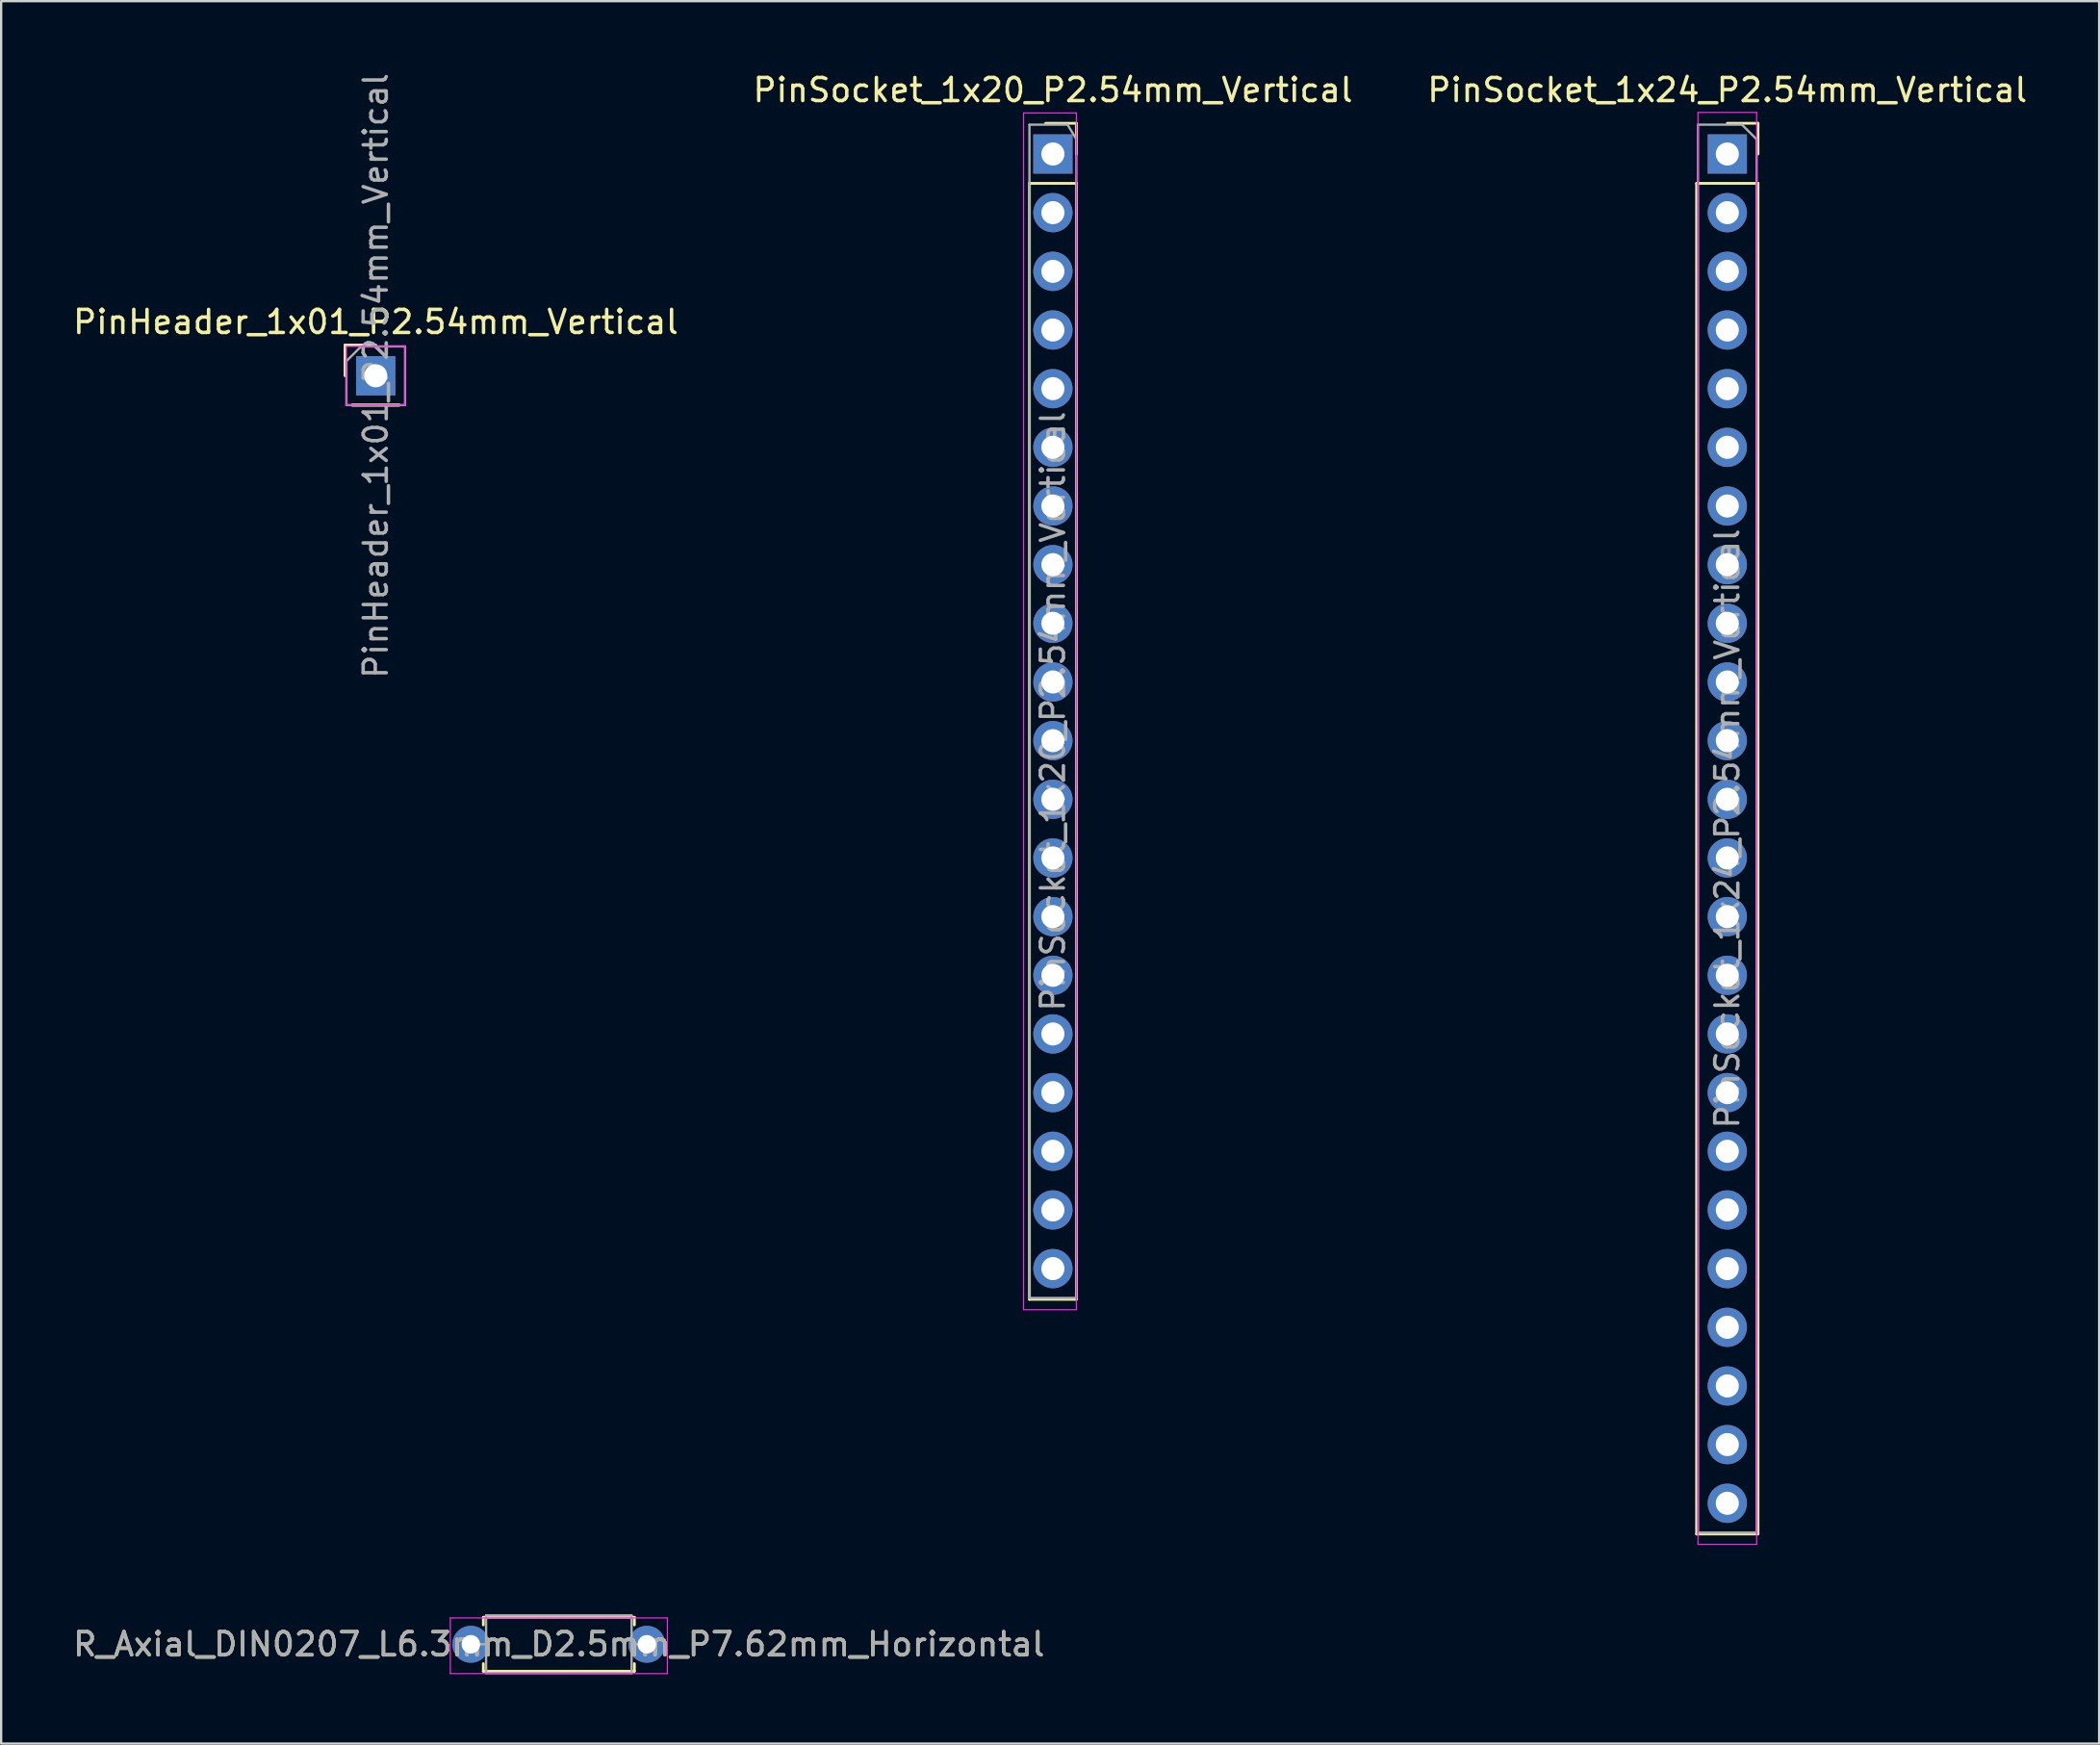
<source format=kicad_pcb>
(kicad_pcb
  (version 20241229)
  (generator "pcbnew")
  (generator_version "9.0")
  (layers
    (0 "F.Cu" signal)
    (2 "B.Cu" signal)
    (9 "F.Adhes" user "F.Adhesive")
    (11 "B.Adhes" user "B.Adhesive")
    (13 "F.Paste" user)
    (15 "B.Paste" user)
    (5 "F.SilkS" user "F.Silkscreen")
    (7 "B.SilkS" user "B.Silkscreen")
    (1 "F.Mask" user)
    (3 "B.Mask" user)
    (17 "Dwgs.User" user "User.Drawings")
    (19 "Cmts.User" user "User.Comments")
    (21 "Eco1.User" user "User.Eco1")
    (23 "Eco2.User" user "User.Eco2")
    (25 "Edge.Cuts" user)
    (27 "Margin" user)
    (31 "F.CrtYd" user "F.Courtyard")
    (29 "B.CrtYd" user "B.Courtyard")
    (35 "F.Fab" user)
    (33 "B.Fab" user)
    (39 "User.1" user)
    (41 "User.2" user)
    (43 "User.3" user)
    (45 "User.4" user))
  (footprint "R_Axial_DIN0207_L6.3mm_D2.5mm_P7.62mm_Horizontal"
    (layer "F.Cu")
    (at 17.339 68.143)
    (property "Reference" "R_Axial_DIN0207_L6.3mm_D2.5mm_P7.62mm_Horizontal" (at 3.81 0 0) (layer "F.SilkS") (effects (font (size 1 1) (thickness 0.15))))
    (attr through_hole)
    (fp_line (start 0.54 -1.168) (end 7.08 -1.168) (stroke (width 0.12) (type solid)) (layer "F.SilkS"))
    (fp_line (start 0.54 -0.838) (end 0.54 -1.168) (stroke (width 0.12) (type solid)) (layer "F.SilkS"))
    (fp_line (start 0.54 0.838) (end 0.54 1.168) (stroke (width 0.12) (type solid)) (layer "F.SilkS"))
    (fp_line (start 0.54 1.168) (end 7.08 1.168) (stroke (width 0.12) (type solid)) (layer "F.SilkS"))
    (fp_line (start 7.08 -1.168) (end 7.08 -0.838) (stroke (width 0.12) (type solid)) (layer "F.SilkS"))
    (fp_line (start 7.08 1.168) (end 7.08 0.838) (stroke (width 0.12) (type solid)) (layer "F.SilkS"))
    (fp_line (start -0.889 -1.143) (end -0.889 1.27) (stroke (width 0.05) (type solid)) (layer "F.CrtYd"))
    (fp_line (start -0.889 1.27) (end 8.509 1.27) (stroke (width 0.05) (type solid)) (layer "F.CrtYd"))
    (fp_line (start 8.509 -1.143) (end -0.889 -1.143) (stroke (width 0.05) (type solid)) (layer "F.CrtYd"))
    (fp_line (start 8.509 1.27) (end 8.509 -1.143) (stroke (width 0.05) (type solid)) (layer "F.CrtYd"))
    (fp_line (start 0 0) (end 0.66 0) (stroke (width 0.1) (type solid)) (layer "F.Fab"))
    (fp_line (start 0.66 -1.25) (end 0.66 1.25) (stroke (width 0.1) (type solid)) (layer "F.Fab"))
    (fp_line (start 0.66 1.25) (end 6.96 1.25) (stroke (width 0.1) (type solid)) (layer "F.Fab"))
    (fp_line (start 6.96 -1.25) (end 0.66 -1.25) (stroke (width 0.1) (type solid)) (layer "F.Fab"))
    (fp_line (start 6.96 1.25) (end 6.96 -1.25) (stroke (width 0.1) (type solid)) (layer "F.Fab"))
    (fp_line (start 7.62 0) (end 6.96 0) (stroke (width 0.1) (type solid)) (layer "F.Fab"))
    (fp_text user "${REFERENCE}" (at 3.81 0 0) (layer "F.Fab") (effects (font (size 1 1) (thickness 0.15))))
    (pad "1" thru_hole circle (at 0 0) (size 1.6 1.6) (drill 0.8) (layers "*.Cu" "*.Mask"))
    (pad "2" thru_hole oval (at 7.62 0) (size 1.6 1.6) (drill 0.8) (layers "*.Cu" "*.Mask")))
  (footprint "PinHeader_1x01_P2.54mm_Vertical"
    (layer "F.Cu")
    (at 13.22 13.22)
    (property "Reference" "PinHeader_1x01_P2.54mm_Vertical" (at 0 -2.33 0) (layer "F.SilkS") (effects (font (size 1 1) (thickness 0.15))))
    (attr through_hole)
    (fp_line (start -1.33 -1.33) (end 0 -1.33) (stroke (width 0.12) (type solid)) (layer "F.SilkS"))
    (fp_line (start -1.33 0) (end -1.33 -1.33) (stroke (width 0.12) (type solid)) (layer "F.SilkS"))
    (fp_line (start -1.016 1.27) (end 1.016 1.27) (stroke (width 0.12) (type solid)) (layer "F.SilkS"))
    (fp_line (start -1.016 1.27) (end 1.016 1.27) (stroke (width 0.12) (type solid)) (layer "F.SilkS"))
    (fp_line (start -1.27 -1.27) (end -1.27 1.27) (stroke (width 0.05) (type solid)) (layer "F.CrtYd"))
    (fp_line (start -1.27 1.27) (end 1.27 1.27) (stroke (width 0.05) (type solid)) (layer "F.CrtYd"))
    (fp_line (start 1.27 -1.27) (end -1.27 -1.27) (stroke (width 0.05) (type solid)) (layer "F.CrtYd"))
    (fp_line (start 1.27 1.27) (end 1.27 -1.27) (stroke (width 0.05) (type solid)) (layer "F.CrtYd"))
    (fp_line (start -1.27 -0.635) (end -0.635 -1.27) (stroke (width 0.1) (type solid)) (layer "F.Fab"))
    (fp_line (start -1.27 1.27) (end -1.27 -0.635) (stroke (width 0.1) (type solid)) (layer "F.Fab"))
    (fp_line (start -0.635 -1.27) (end 1.27 -1.27) (stroke (width 0.1) (type solid)) (layer "F.Fab"))
    (fp_line (start 1.27 -1.27) (end 1.27 1.27) (stroke (width 0.1) (type solid)) (layer "F.Fab"))
    (fp_line (start 1.27 1.27) (end -1.27 1.27) (stroke (width 0.1) (type solid)) (layer "F.Fab"))
    (fp_text user "${REFERENCE}" (at 0 0 90) (layer "F.Fab") (effects (font (size 1 1) (thickness 0.15))))
    (pad "1" thru_hole rect (at 0 0) (size 1.7 1.7) (drill 1) (layers "*.Cu" "*.Mask")))
  (footprint "PinSocket_1x20_P2.54mm_Vertical"
    (layer "F.Cu")
    (at 42.542 3.618)
    (property "Reference" "PinSocket_1x20_P2.54mm_Vertical" (at 0 -2.77 0) (layer "F.SilkS") (effects (font (size 1 1) (thickness 0.15))))
    (attr through_hole)
    (fp_line (start -1.016 1.27) (end -1.016 49.59) (stroke (width 0.12) (type solid)) (layer "F.SilkS"))
    (fp_line (start -1.016 1.27) (end 1.016 1.27) (stroke (width 0.12) (type solid)) (layer "F.SilkS"))
    (fp_line (start -1.016 49.59) (end 1.016 49.59) (stroke (width 0.12) (type solid)) (layer "F.SilkS"))
    (fp_line (start -0.314 -1.33) (end 1.016 -1.33) (stroke (width 0.12) (type solid)) (layer "F.SilkS"))
    (fp_line (start 1.016 -1.33) (end 1.016 0) (stroke (width 0.12) (type solid)) (layer "F.SilkS"))
    (fp_line (start 1.016 1.27) (end 1.016 49.59) (stroke (width 0.12) (type solid)) (layer "F.SilkS"))
    (fp_line (start -1.27 -1.778) (end 1.016 -1.778) (stroke (width 0.05) (type solid)) (layer "F.CrtYd"))
    (fp_line (start -1.27 50.038) (end -1.27 -1.778) (stroke (width 0.05) (type solid)) (layer "F.CrtYd"))
    (fp_line (start 1.016 -1.778) (end 1.016 50.038) (stroke (width 0.05) (type solid)) (layer "F.CrtYd"))
    (fp_line (start 1.016 50.038) (end -1.27 50.038) (stroke (width 0.05) (type solid)) (layer "F.CrtYd"))
    (fp_line (start -1.016 -1.27) (end 0.635 -1.27) (stroke (width 0.1) (type solid)) (layer "F.Fab"))
    (fp_line (start -1.016 49.53) (end -1.016 -1.27) (stroke (width 0.1) (type solid)) (layer "F.Fab"))
    (fp_line (start 0.635 -1.27) (end 1.016 -0.635) (stroke (width 0.1) (type solid)) (layer "F.Fab"))
    (fp_line (start 1.016 -0.635) (end 1.016 49.53) (stroke (width 0.1) (type solid)) (layer "F.Fab"))
    (fp_line (start 1.016 49.53) (end -1.016 49.53) (stroke (width 0.1) (type solid)) (layer "F.Fab"))
    (fp_text user "${REFERENCE}" (at 0 24.13 90) (layer "F.Fab") (effects (font (size 1 1) (thickness 0.15))))
    (pad "1" thru_hole rect (at 0 0) (size 1.7 1.7) (drill 1) (layers "*.Cu" "*.Mask"))
    (pad "2" thru_hole oval (at 0 2.54) (size 1.7 1.7) (drill 1) (layers "*.Cu" "*.Mask"))
    (pad "3" thru_hole oval (at 0 5.08) (size 1.7 1.7) (drill 1) (layers "*.Cu" "*.Mask"))
    (pad "4" thru_hole oval (at 0 7.62) (size 1.7 1.7) (drill 1) (layers "*.Cu" "*.Mask"))
    (pad "5" thru_hole oval (at 0 10.16) (size 1.7 1.7) (drill 1) (layers "*.Cu" "*.Mask"))
    (pad "6" thru_hole oval (at 0 12.7) (size 1.7 1.7) (drill 1) (layers "*.Cu" "*.Mask"))
    (pad "7" thru_hole oval (at 0 15.24) (size 1.7 1.7) (drill 1) (layers "*.Cu" "*.Mask"))
    (pad "8" thru_hole oval (at 0 17.78) (size 1.7 1.7) (drill 1) (layers "*.Cu" "*.Mask"))
    (pad "9" thru_hole oval (at 0 20.32) (size 1.7 1.7) (drill 1) (layers "*.Cu" "*.Mask"))
    (pad "10" thru_hole oval (at 0 22.86) (size 1.7 1.7) (drill 1) (layers "*.Cu" "*.Mask"))
    (pad "11" thru_hole oval (at 0 25.4) (size 1.7 1.7) (drill 1) (layers "*.Cu" "*.Mask"))
    (pad "12" thru_hole oval (at 0 27.94) (size 1.7 1.7) (drill 1) (layers "*.Cu" "*.Mask"))
    (pad "13" thru_hole oval (at 0 30.48) (size 1.7 1.7) (drill 1) (layers "*.Cu" "*.Mask"))
    (pad "14" thru_hole oval (at 0 33.02) (size 1.7 1.7) (drill 1) (layers "*.Cu" "*.Mask"))
    (pad "15" thru_hole oval (at 0 35.56) (size 1.7 1.7) (drill 1) (layers "*.Cu" "*.Mask"))
    (pad "16" thru_hole oval (at 0 38.1) (size 1.7 1.7) (drill 1) (layers "*.Cu" "*.Mask"))
    (pad "17" thru_hole oval (at 0 40.64) (size 1.7 1.7) (drill 1) (layers "*.Cu" "*.Mask"))
    (pad "18" thru_hole oval (at 0 43.18) (size 1.7 1.7) (drill 1) (layers "*.Cu" "*.Mask"))
    (pad "19" thru_hole oval (at 0 45.72) (size 1.7 1.7) (drill 1) (layers "*.Cu" "*.Mask"))
    (pad "20" thru_hole oval (at 0 48.26) (size 1.7 1.7) (drill 1) (layers "*.Cu" "*.Mask")))
  (footprint "PinSocket_1x24_P2.54mm_Vertical"
    (layer "F.Cu")
    (at 71.744 3.618)
    (property "Reference" "PinSocket_1x24_P2.54mm_Vertical" (at 0 -2.77 0) (layer "F.SilkS") (effects (font (size 1 1) (thickness 0.15))))
    (attr through_hole)
    (fp_line (start -1.33 1.27) (end -1.33 59.75) (stroke (width 0.12) (type solid)) (layer "F.SilkS"))
    (fp_line (start -1.33 1.27) (end 1.33 1.27) (stroke (width 0.12) (type solid)) (layer "F.SilkS"))
    (fp_line (start -1.33 59.75) (end 1.33 59.75) (stroke (width 0.12) (type solid)) (layer "F.SilkS"))
    (fp_line (start 0 -1.33) (end 1.33 -1.33) (stroke (width 0.12) (type solid)) (layer "F.SilkS"))
    (fp_line (start 1.33 -1.33) (end 1.33 0) (stroke (width 0.12) (type solid)) (layer "F.SilkS"))
    (fp_line (start 1.33 1.27) (end 1.33 59.75) (stroke (width 0.12) (type solid)) (layer "F.SilkS"))
    (fp_line (start -1.27 -1.8) (end 1.27 -1.8) (stroke (width 0.05) (type solid)) (layer "F.CrtYd"))
    (fp_line (start -1.27 60.2) (end -1.27 -1.8) (stroke (width 0.05) (type solid)) (layer "F.CrtYd"))
    (fp_line (start 1.27 -1.8) (end 1.27 60.2) (stroke (width 0.05) (type solid)) (layer "F.CrtYd"))
    (fp_line (start 1.27 60.2) (end -1.27 60.2) (stroke (width 0.05) (type solid)) (layer "F.CrtYd"))
    (fp_line (start -1.27 -1.27) (end 0.635 -1.27) (stroke (width 0.1) (type solid)) (layer "F.Fab"))
    (fp_line (start -1.27 59.69) (end -1.27 -1.27) (stroke (width 0.1) (type solid)) (layer "F.Fab"))
    (fp_line (start 0.635 -1.27) (end 1.27 -0.635) (stroke (width 0.1) (type solid)) (layer "F.Fab"))
    (fp_line (start 1.27 -0.635) (end 1.27 59.69) (stroke (width 0.1) (type solid)) (layer "F.Fab"))
    (fp_line (start 1.27 59.69) (end -1.27 59.69) (stroke (width 0.1) (type solid)) (layer "F.Fab"))
    (fp_text user "${REFERENCE}" (at 0 29.21 90) (layer "F.Fab") (effects (font (size 1 1) (thickness 0.15))))
    (pad "1" thru_hole rect (at 0 0) (size 1.7 1.7) (drill 1) (layers "*.Cu" "*.Mask"))
    (pad "2" thru_hole oval (at 0 2.54) (size 1.7 1.7) (drill 1) (layers "*.Cu" "*.Mask"))
    (pad "3" thru_hole oval (at 0 5.08) (size 1.7 1.7) (drill 1) (layers "*.Cu" "*.Mask"))
    (pad "4" thru_hole oval (at 0 7.62) (size 1.7 1.7) (drill 1) (layers "*.Cu" "*.Mask"))
    (pad "5" thru_hole oval (at 0 10.16) (size 1.7 1.7) (drill 1) (layers "*.Cu" "*.Mask"))
    (pad "6" thru_hole oval (at 0 12.7) (size 1.7 1.7) (drill 1) (layers "*.Cu" "*.Mask"))
    (pad "7" thru_hole oval (at 0 15.24) (size 1.7 1.7) (drill 1) (layers "*.Cu" "*.Mask"))
    (pad "8" thru_hole oval (at 0 17.78) (size 1.7 1.7) (drill 1) (layers "*.Cu" "*.Mask"))
    (pad "9" thru_hole oval (at 0 20.32) (size 1.7 1.7) (drill 1) (layers "*.Cu" "*.Mask"))
    (pad "10" thru_hole oval (at 0 22.86) (size 1.7 1.7) (drill 1) (layers "*.Cu" "*.Mask"))
    (pad "11" thru_hole oval (at 0 25.4) (size 1.7 1.7) (drill 1) (layers "*.Cu" "*.Mask"))
    (pad "12" thru_hole oval (at 0 27.94) (size 1.7 1.7) (drill 1) (layers "*.Cu" "*.Mask"))
    (pad "13" thru_hole oval (at 0 30.48) (size 1.7 1.7) (drill 1) (layers "*.Cu" "*.Mask"))
    (pad "14" thru_hole oval (at 0 33.02) (size 1.7 1.7) (drill 1) (layers "*.Cu" "*.Mask"))
    (pad "15" thru_hole oval (at 0 35.56) (size 1.7 1.7) (drill 1) (layers "*.Cu" "*.Mask"))
    (pad "16" thru_hole oval (at 0 38.1) (size 1.7 1.7) (drill 1) (layers "*.Cu" "*.Mask"))
    (pad "17" thru_hole oval (at 0 40.64) (size 1.7 1.7) (drill 1) (layers "*.Cu" "*.Mask"))
    (pad "18" thru_hole oval (at 0 43.18) (size 1.7 1.7) (drill 1) (layers "*.Cu" "*.Mask"))
    (pad "19" thru_hole oval (at 0 45.72) (size 1.7 1.7) (drill 1) (layers "*.Cu" "*.Mask"))
    (pad "20" thru_hole oval (at 0 48.26) (size 1.7 1.7) (drill 1) (layers "*.Cu" "*.Mask"))
    (pad "21" thru_hole oval (at 0 50.8) (size 1.7 1.7) (drill 1) (layers "*.Cu" "*.Mask"))
    (pad "22" thru_hole oval (at 0 53.34) (size 1.7 1.7) (drill 1) (layers "*.Cu" "*.Mask"))
    (pad "23" thru_hole oval (at 0 55.88) (size 1.7 1.7) (drill 1) (layers "*.Cu" "*.Mask"))
    (pad "24" thru_hole oval (at 0 58.42) (size 1.7 1.7) (drill 1) (layers "*.Cu" "*.Mask")))
  (gr_rect
    (start -3 -3)
    (end 87.845 72.443)
    (stroke (width 0.1) (type default))
    (fill no)
    (layer "Edge.Cuts")))
</source>
